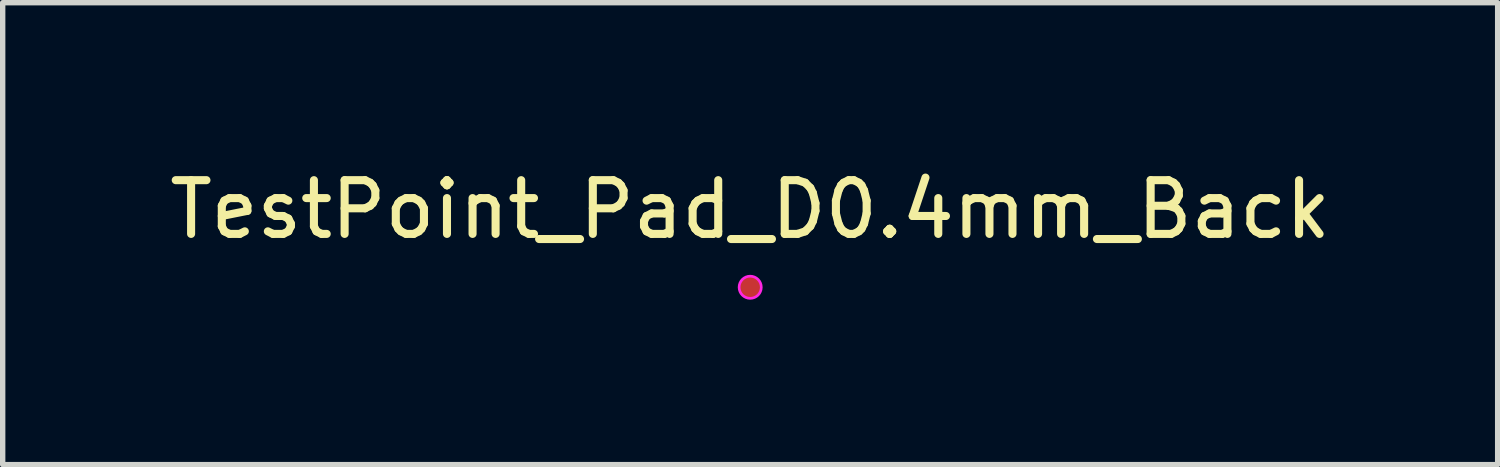
<source format=kicad_pcb>
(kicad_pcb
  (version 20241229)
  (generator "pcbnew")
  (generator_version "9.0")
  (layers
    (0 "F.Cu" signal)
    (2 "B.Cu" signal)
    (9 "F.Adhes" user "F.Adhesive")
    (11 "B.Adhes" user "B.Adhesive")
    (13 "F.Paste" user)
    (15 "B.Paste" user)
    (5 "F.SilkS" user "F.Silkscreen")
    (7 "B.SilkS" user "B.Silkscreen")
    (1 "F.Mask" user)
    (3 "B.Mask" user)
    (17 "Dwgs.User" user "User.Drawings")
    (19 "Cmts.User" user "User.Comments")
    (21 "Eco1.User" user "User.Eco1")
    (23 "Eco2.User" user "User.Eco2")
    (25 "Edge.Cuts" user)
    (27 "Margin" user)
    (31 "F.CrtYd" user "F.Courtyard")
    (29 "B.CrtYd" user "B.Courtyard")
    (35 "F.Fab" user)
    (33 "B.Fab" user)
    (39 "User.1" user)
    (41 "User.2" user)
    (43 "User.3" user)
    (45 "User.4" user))
  (footprint "TestPoint_Pad_D0.4mm_Back"
    (layer "F.Cu")
    (at 10.911 2.296)
    (property "Reference" "TestPoint_Pad_D0.4mm_Back" (at 0 -1.448 0) (layer "F.SilkS") (effects (font (size 1 1) (thickness 0.15))))
    (attr exclude_from_pos_files exclude_from_bom)
    (fp_circle (center 0 0) (end 0.2 -0.05) (stroke (width 0.05) (type solid)) (fill no) (layer "F.CrtYd"))
    (fp_circle (center 0 0) (end 0.25 0) (stroke (width 0.1) (type solid)) (fill no) (layer "User.3"))
    (fp_text user "${REFERENCE}" (at 0 -0.65 0) (layer "User.3") (effects (font (size 0.5 0.5) (thickness 0.1)) (justify mirror)))
    (pad "1" smd circle (at 0 0) (size 0.4 0.4) (property pad_prop_testpoint) (layers "F.Cu" "F.Mask")))
  (gr_rect
    (start -3 -3)
    (end 24.821 5.596)
    (stroke (width 0.1) (type default))
    (fill no)
    (layer "Edge.Cuts")))
</source>
